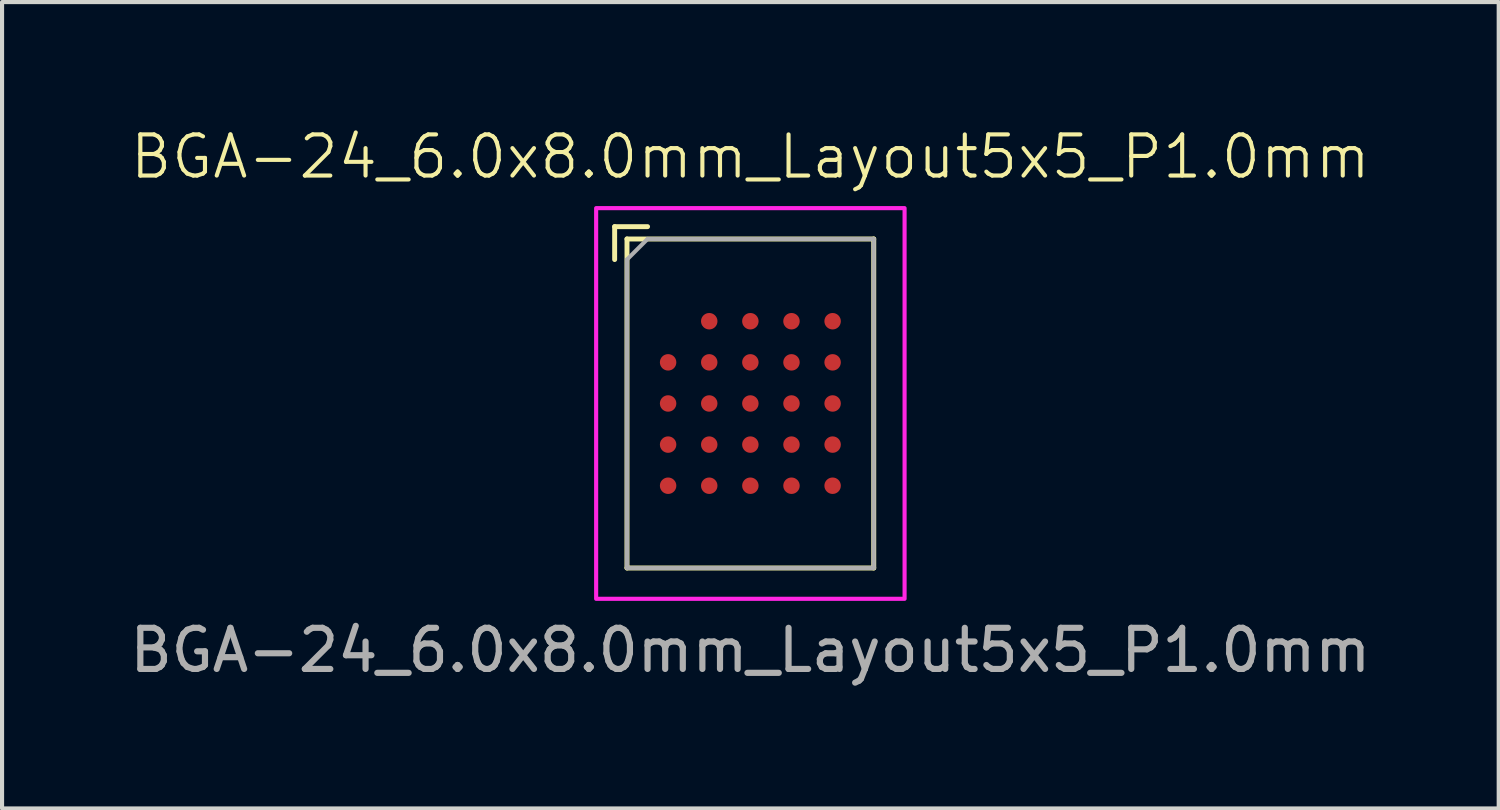
<source format=kicad_pcb>
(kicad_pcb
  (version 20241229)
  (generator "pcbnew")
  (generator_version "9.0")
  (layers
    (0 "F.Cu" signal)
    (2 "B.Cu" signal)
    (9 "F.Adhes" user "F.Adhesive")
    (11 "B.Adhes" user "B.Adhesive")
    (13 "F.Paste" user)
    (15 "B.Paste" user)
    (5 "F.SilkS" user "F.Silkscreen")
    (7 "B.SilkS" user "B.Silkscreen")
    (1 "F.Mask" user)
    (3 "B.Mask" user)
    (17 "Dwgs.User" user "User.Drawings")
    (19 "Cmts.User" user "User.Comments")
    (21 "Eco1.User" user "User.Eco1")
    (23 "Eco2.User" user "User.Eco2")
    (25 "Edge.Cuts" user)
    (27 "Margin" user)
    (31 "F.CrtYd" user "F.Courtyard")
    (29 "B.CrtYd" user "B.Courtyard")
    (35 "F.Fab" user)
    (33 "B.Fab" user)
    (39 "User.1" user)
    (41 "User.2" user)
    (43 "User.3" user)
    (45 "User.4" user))
  (footprint "BGA-24_6.0x8.0mm_Layout5x5_P1.0mm"
    (layer "F.Cu")
    (at 15.196 6.761)
    (property "Reference" "BGA-24_6.0x8.0mm_Layout5x5_P1.0mm" (at 0 -6 0) (unlocked yes) (layer "F.SilkS") (effects (font (size 1 1) (thickness 0.1))))
    (attr smd)
    (fp_line (start -3.3 -4.3) (end -3.3 -3.5) (stroke (width 0.12) (type solid)) (layer "F.SilkS"))
    (fp_line (start -3 -4) (end 3 -4) (stroke (width 0.12) (type solid)) (layer "F.SilkS"))
    (fp_line (start -3 4) (end -3 -4) (stroke (width 0.12) (type solid)) (layer "F.SilkS"))
    (fp_line (start -2.5 -4.3) (end -3.3 -4.3) (stroke (width 0.12) (type solid)) (layer "F.SilkS"))
    (fp_line (start 3 -4) (end 3 4) (stroke (width 0.12) (type solid)) (layer "F.SilkS"))
    (fp_line (start 3 4) (end -3 4) (stroke (width 0.12) (type solid)) (layer "F.SilkS"))
    (fp_rect (start -3.75 -4.75) (end 3.75 4.75) (stroke (width 0.1) (type default)) (fill no) (layer "F.CrtYd"))
    (fp_line (start -3 -3.5) (end -3 4) (stroke (width 0.1) (type default)) (layer "F.Fab"))
    (fp_line (start -3 4) (end 3 4) (stroke (width 0.1) (type default)) (layer "F.Fab"))
    (fp_line (start -2.5 -4) (end -3 -3.5) (stroke (width 0.1) (type default)) (layer "F.Fab"))
    (fp_line (start 3 -4) (end -2.5 -4) (stroke (width 0.1) (type default)) (layer "F.Fab"))
    (fp_line (start 3 4) (end 3 -4) (stroke (width 0.1) (type default)) (layer "F.Fab"))
    (fp_text user "${REFERENCE}" (at 0 6 0) (unlocked yes) (layer "F.Fab") (effects (font (size 1 1) (thickness 0.15))))
    (pad "A2" smd circle (at -1 -2) (size 0.4 0.4) (property pad_prop_bga) (layers "F.Cu" "F.Mask" "F.Paste"))
    (pad "A3" smd circle (at 0 -2) (size 0.4 0.4) (property pad_prop_bga) (layers "F.Cu" "F.Mask" "F.Paste"))
    (pad "A4" smd circle (at 1 -2) (size 0.4 0.4) (property pad_prop_bga) (layers "F.Cu" "F.Mask" "F.Paste"))
    (pad "A5" smd circle (at 2 -2) (size 0.4 0.4) (property pad_prop_bga) (layers "F.Cu" "F.Mask" "F.Paste"))
    (pad "B1" smd circle (at -2 -1) (size 0.4 0.4) (property pad_prop_bga) (layers "F.Cu" "F.Mask" "F.Paste"))
    (pad "B2" smd circle (at -1 -1) (size 0.4 0.4) (property pad_prop_bga) (layers "F.Cu" "F.Mask" "F.Paste"))
    (pad "B3" smd circle (at 0 -1) (size 0.4 0.4) (property pad_prop_bga) (layers "F.Cu" "F.Mask" "F.Paste"))
    (pad "B4" smd circle (at 1 -1) (size 0.4 0.4) (property pad_prop_bga) (layers "F.Cu" "F.Mask" "F.Paste"))
    (pad "B5" smd circle (at 2 -1) (size 0.4 0.4) (property pad_prop_bga) (layers "F.Cu" "F.Mask" "F.Paste"))
    (pad "C1" smd circle (at -2 0) (size 0.4 0.4) (property pad_prop_bga) (layers "F.Cu" "F.Mask" "F.Paste"))
    (pad "C2" smd circle (at -1 0) (size 0.4 0.4) (property pad_prop_bga) (layers "F.Cu" "F.Mask" "F.Paste"))
    (pad "C3" smd circle (at 0 0) (size 0.4 0.4) (property pad_prop_bga) (layers "F.Cu" "F.Mask" "F.Paste"))
    (pad "C4" smd circle (at 1 0) (size 0.4 0.4) (property pad_prop_bga) (layers "F.Cu" "F.Mask" "F.Paste"))
    (pad "C5" smd circle (at 2 0) (size 0.4 0.4) (property pad_prop_bga) (layers "F.Cu" "F.Mask" "F.Paste"))
    (pad "D1" smd circle (at -2 1) (size 0.4 0.4) (property pad_prop_bga) (layers "F.Cu" "F.Mask" "F.Paste"))
    (pad "D2" smd circle (at -1 1) (size 0.4 0.4) (property pad_prop_bga) (layers "F.Cu" "F.Mask" "F.Paste"))
    (pad "D3" smd circle (at 0 1) (size 0.4 0.4) (property pad_prop_bga) (layers "F.Cu" "F.Mask" "F.Paste"))
    (pad "D4" smd circle (at 1 1) (size 0.4 0.4) (property pad_prop_bga) (layers "F.Cu" "F.Mask" "F.Paste"))
    (pad "D5" smd circle (at 2 1) (size 0.4 0.4) (property pad_prop_bga) (layers "F.Cu" "F.Mask" "F.Paste"))
    (pad "E1" smd circle (at -2 2) (size 0.4 0.4) (property pad_prop_bga) (layers "F.Cu" "F.Mask" "F.Paste"))
    (pad "E2" smd circle (at -1 2) (size 0.4 0.4) (property pad_prop_bga) (layers "F.Cu" "F.Mask" "F.Paste"))
    (pad "E3" smd circle (at 0 2) (size 0.4 0.4) (property pad_prop_bga) (layers "F.Cu" "F.Mask" "F.Paste"))
    (pad "E4" smd circle (at 1 2) (size 0.4 0.4) (property pad_prop_bga) (layers "F.Cu" "F.Mask" "F.Paste"))
    (pad "E5" smd circle (at 2 2) (size 0.4 0.4) (property pad_prop_bga) (layers "F.Cu" "F.Mask" "F.Paste")))
  (gr_rect
    (start -3 -3)
    (end 33.393 16.609)
    (stroke (width 0.1) (type default))
    (fill no)
    (layer "Edge.Cuts")))
</source>
